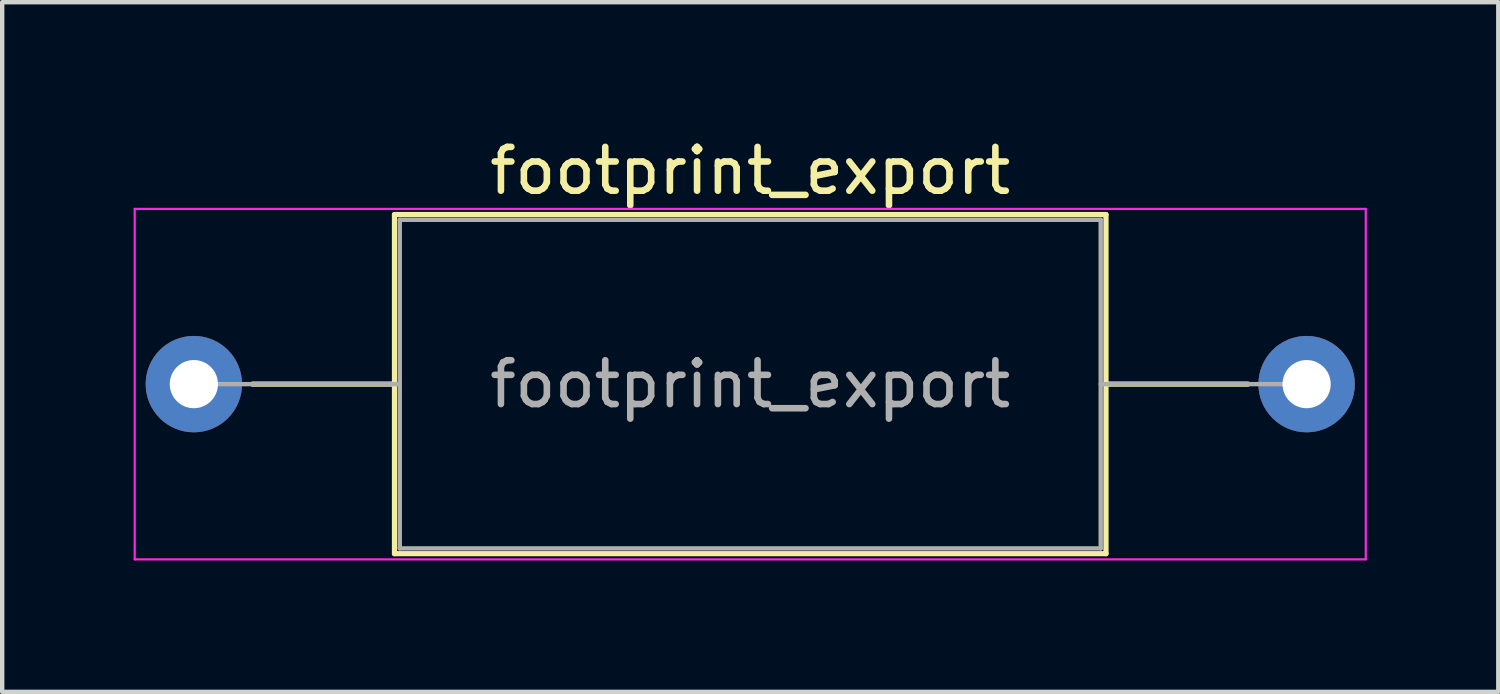
<source format=kicad_pcb>
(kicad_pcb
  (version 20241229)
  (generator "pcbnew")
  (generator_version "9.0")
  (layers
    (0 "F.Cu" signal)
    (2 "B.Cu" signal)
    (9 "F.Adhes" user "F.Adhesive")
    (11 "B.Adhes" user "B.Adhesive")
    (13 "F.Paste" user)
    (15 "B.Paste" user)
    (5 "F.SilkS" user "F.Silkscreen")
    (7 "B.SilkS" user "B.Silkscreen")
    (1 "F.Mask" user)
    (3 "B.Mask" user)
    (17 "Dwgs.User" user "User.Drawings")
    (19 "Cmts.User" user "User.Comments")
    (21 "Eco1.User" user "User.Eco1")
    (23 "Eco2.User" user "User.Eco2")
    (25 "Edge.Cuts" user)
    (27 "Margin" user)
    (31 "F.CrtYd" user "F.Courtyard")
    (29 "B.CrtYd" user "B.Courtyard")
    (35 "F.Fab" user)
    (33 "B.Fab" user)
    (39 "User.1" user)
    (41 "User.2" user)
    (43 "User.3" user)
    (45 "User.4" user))
  (footprint "footprint_export"
    (layer "F.Cu")
    (at 1.375 5.718)
    (property "Reference" "footprint_export" (at 12.7 -4.87 0) (layer "F.SilkS") (effects (font (size 1 1) (thickness 0.15))))
    (attr through_hole)
    (fp_line (start 1.34 0) (end 4.58 0) (stroke (width 0.12) (type solid)) (layer "F.SilkS"))
    (fp_line (start 4.58 -3.87) (end 4.58 3.87) (stroke (width 0.12) (type solid)) (layer "F.SilkS"))
    (fp_line (start 4.58 3.87) (end 20.82 3.87) (stroke (width 0.12) (type solid)) (layer "F.SilkS"))
    (fp_line (start 20.82 -3.87) (end 4.58 -3.87) (stroke (width 0.12) (type solid)) (layer "F.SilkS"))
    (fp_line (start 20.82 3.87) (end 20.82 -3.87) (stroke (width 0.12) (type solid)) (layer "F.SilkS"))
    (fp_line (start 24.06 0) (end 20.82 0) (stroke (width 0.12) (type solid)) (layer "F.SilkS"))
    (fp_line (start -1.35 -4) (end -1.35 4) (stroke (width 0.05) (type solid)) (layer "F.CrtYd"))
    (fp_line (start -1.35 4) (end 26.75 4) (stroke (width 0.05) (type solid)) (layer "F.CrtYd"))
    (fp_line (start 26.75 -4) (end -1.35 -4) (stroke (width 0.05) (type solid)) (layer "F.CrtYd"))
    (fp_line (start 26.75 4) (end 26.75 -4) (stroke (width 0.05) (type solid)) (layer "F.CrtYd"))
    (fp_line (start 0 0) (end 4.7 0) (stroke (width 0.1) (type solid)) (layer "F.Fab"))
    (fp_line (start 4.7 -3.75) (end 4.7 3.75) (stroke (width 0.1) (type solid)) (layer "F.Fab"))
    (fp_line (start 4.7 3.75) (end 20.7 3.75) (stroke (width 0.1) (type solid)) (layer "F.Fab"))
    (fp_line (start 20.7 -3.75) (end 4.7 -3.75) (stroke (width 0.1) (type solid)) (layer "F.Fab"))
    (fp_line (start 20.7 3.75) (end 20.7 -3.75) (stroke (width 0.1) (type solid)) (layer "F.Fab"))
    (fp_line (start 25.4 0) (end 20.7 0) (stroke (width 0.1) (type solid)) (layer "F.Fab"))
    (fp_text user "${REFERENCE}" (at 12.7 0 0) (layer "F.Fab") (effects (font (size 1 1) (thickness 0.15))))
    (pad "1" thru_hole circle (at 0 0) (size 2.2 2.2) (drill 1.1) (layers "*.Cu" "*.Mask"))
    (pad "2" thru_hole oval (at 25.4 0) (size 2.2 2.2) (drill 1.1) (layers "*.Cu" "*.Mask")))
  (gr_rect
    (start -3 -3)
    (end 31.15 12.743)
    (stroke (width 0.1) (type default))
    (fill no)
    (layer "Edge.Cuts")))
</source>
